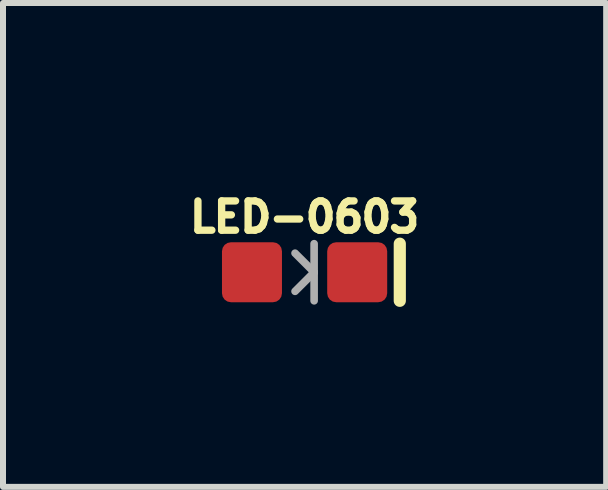
<source format=kicad_pcb>
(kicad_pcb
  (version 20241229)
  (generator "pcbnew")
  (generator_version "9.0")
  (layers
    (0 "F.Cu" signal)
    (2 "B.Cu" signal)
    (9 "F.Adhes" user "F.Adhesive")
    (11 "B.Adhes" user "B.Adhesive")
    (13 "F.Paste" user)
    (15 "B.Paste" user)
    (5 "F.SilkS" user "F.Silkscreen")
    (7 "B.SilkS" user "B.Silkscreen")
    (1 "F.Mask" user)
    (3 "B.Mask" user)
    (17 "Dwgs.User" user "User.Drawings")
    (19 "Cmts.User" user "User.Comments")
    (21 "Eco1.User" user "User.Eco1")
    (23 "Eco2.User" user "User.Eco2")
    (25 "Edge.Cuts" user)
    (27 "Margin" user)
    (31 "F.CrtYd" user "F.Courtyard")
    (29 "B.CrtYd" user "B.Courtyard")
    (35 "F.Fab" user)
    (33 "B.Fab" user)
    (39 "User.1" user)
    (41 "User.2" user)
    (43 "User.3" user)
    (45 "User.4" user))
  (footprint "LED-0603"
    (layer "F.Cu")
    (at 2.027 1.488)
    (property "Reference" "LED-0603" (at 0 -0.635 0) (layer "F.SilkS") (effects (font (size 0.488 0.488) (thickness 0.122)) (justify bottom)))
    (fp_line (start 1.587 -0.476) (end 1.587 0.476) (stroke (width 0.203) (type solid)) (layer "F.SilkS"))
    (fp_line (start 0.159 -0.476) (end 0.159 0) (stroke (width 0.127) (type solid)) (layer "F.Fab"))
    (fp_line (start 0.159 0) (end -0.159 -0.318) (stroke (width 0.127) (type solid)) (layer "F.Fab"))
    (fp_line (start 0.159 0) (end -0.159 0.318) (stroke (width 0.127) (type solid)) (layer "F.Fab"))
    (fp_line (start 0.159 0) (end 0.159 0.476) (stroke (width 0.127) (type solid)) (layer "F.Fab"))
    (pad "A" smd roundrect (at -0.877 0 270) (size 1 1) (layers "F.Cu" "F.Mask" "F.Paste") (roundrect_rratio 0.15))
    (pad "C" smd roundrect (at 0.877 0 270) (size 1 1) (layers "F.Cu" "F.Mask" "F.Paste") (roundrect_rratio 0.15)))
  (gr_rect
    (start -3 -3)
    (end 7.054 5.066)
    (stroke (width 0.1) (type default))
    (fill no)
    (layer "Edge.Cuts")))
</source>
